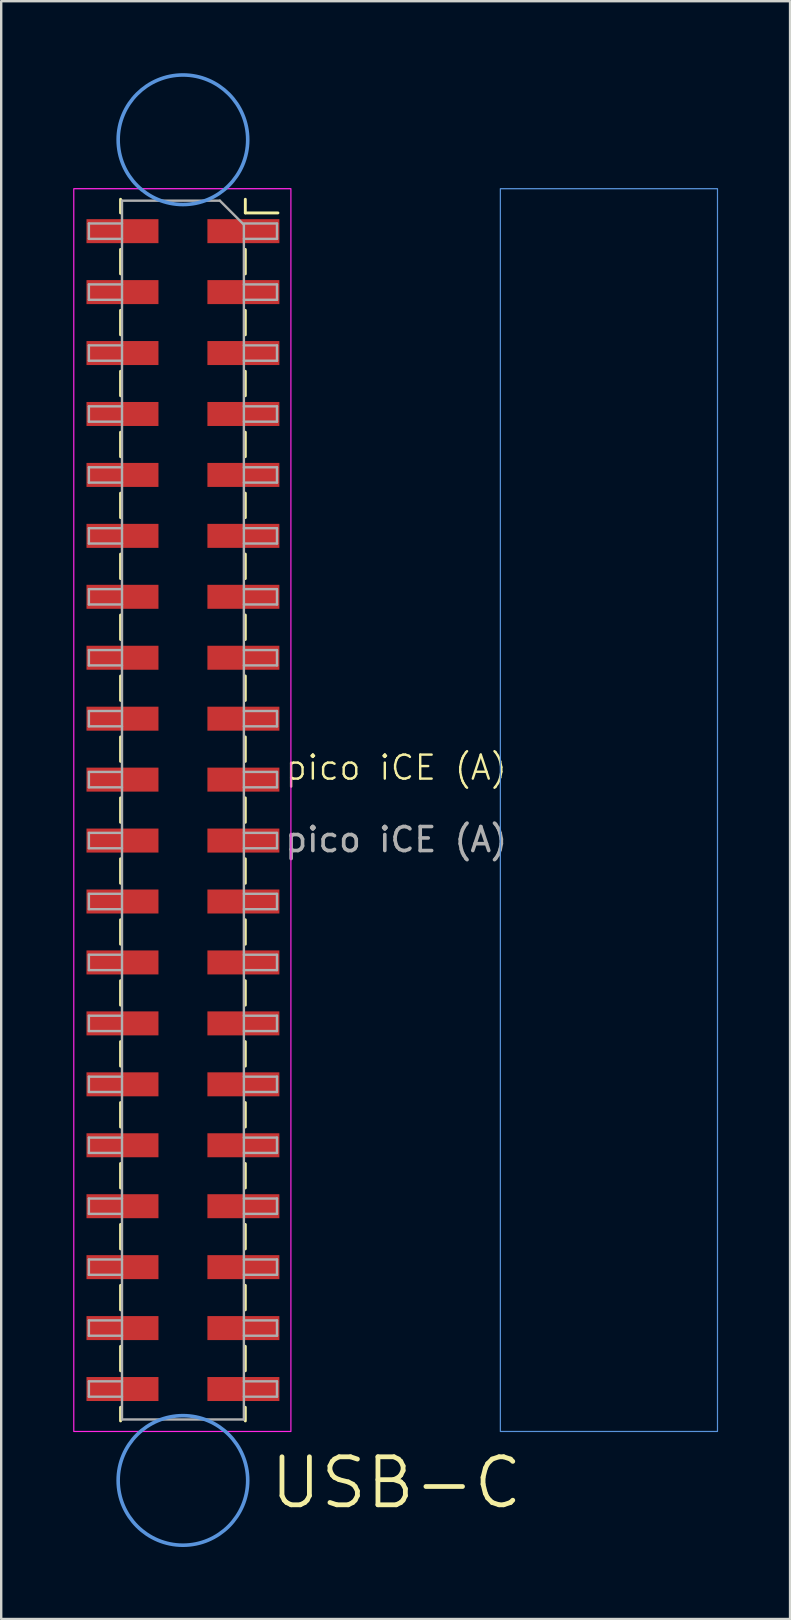
<source format=kicad_pcb>
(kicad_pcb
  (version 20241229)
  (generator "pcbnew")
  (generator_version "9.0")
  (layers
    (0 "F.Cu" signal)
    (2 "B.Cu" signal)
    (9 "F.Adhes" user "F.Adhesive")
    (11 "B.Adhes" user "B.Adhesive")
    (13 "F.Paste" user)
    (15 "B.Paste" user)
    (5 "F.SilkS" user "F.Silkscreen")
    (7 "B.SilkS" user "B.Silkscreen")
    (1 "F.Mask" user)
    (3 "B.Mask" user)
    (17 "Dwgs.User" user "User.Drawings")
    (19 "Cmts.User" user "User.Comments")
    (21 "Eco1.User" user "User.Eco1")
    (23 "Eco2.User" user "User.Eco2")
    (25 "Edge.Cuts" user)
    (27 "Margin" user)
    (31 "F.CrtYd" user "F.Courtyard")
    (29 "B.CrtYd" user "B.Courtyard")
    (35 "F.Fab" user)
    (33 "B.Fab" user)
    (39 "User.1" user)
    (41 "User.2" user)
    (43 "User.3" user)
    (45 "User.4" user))
  (footprint "pico iCE (A)"
    (layer "F.Cu")
    (at 4.555 29.445)
    (property "Reference" "pico iCE (A)" (at 8.91 -0.5 0) (unlocked yes) (layer "F.SilkS") (effects (font (size 1 1) (thickness 0.1))))
    (attr through_hole)
    (fp_line (start -2.58 -24.19) (end -2.58 -23.62) (stroke (width 0.12) (type solid)) (layer "F.SilkS"))
    (fp_line (start -2.58 -22.1) (end -2.58 -21.08) (stroke (width 0.12) (type solid)) (layer "F.SilkS"))
    (fp_line (start -2.58 -19.56) (end -2.58 -18.54) (stroke (width 0.12) (type solid)) (layer "F.SilkS"))
    (fp_line (start -2.58 -17.02) (end -2.58 -16) (stroke (width 0.12) (type solid)) (layer "F.SilkS"))
    (fp_line (start -2.58 -14.48) (end -2.58 -13.46) (stroke (width 0.12) (type solid)) (layer "F.SilkS"))
    (fp_line (start -2.58 -11.94) (end -2.58 -10.92) (stroke (width 0.12) (type solid)) (layer "F.SilkS"))
    (fp_line (start -2.58 -9.4) (end -2.58 -8.38) (stroke (width 0.12) (type solid)) (layer "F.SilkS"))
    (fp_line (start -2.58 -6.86) (end -2.58 -5.84) (stroke (width 0.12) (type solid)) (layer "F.SilkS"))
    (fp_line (start -2.58 -4.32) (end -2.58 -3.3) (stroke (width 0.12) (type solid)) (layer "F.SilkS"))
    (fp_line (start -2.58 -1.78) (end -2.58 -0.76) (stroke (width 0.12) (type solid)) (layer "F.SilkS"))
    (fp_line (start -2.58 0.76) (end -2.58 1.78) (stroke (width 0.12) (type solid)) (layer "F.SilkS"))
    (fp_line (start -2.58 3.3) (end -2.58 4.32) (stroke (width 0.12) (type solid)) (layer "F.SilkS"))
    (fp_line (start -2.58 5.84) (end -2.58 6.86) (stroke (width 0.12) (type solid)) (layer "F.SilkS"))
    (fp_line (start -2.58 8.38) (end -2.58 9.4) (stroke (width 0.12) (type solid)) (layer "F.SilkS"))
    (fp_line (start -2.58 10.92) (end -2.58 11.94) (stroke (width 0.12) (type solid)) (layer "F.SilkS"))
    (fp_line (start -2.58 13.46) (end -2.58 14.48) (stroke (width 0.12) (type solid)) (layer "F.SilkS"))
    (fp_line (start -2.58 16) (end -2.58 17.02) (stroke (width 0.12) (type solid)) (layer "F.SilkS"))
    (fp_line (start -2.58 18.54) (end -2.58 19.56) (stroke (width 0.12) (type solid)) (layer "F.SilkS"))
    (fp_line (start -2.58 21.08) (end -2.58 22.1) (stroke (width 0.12) (type solid)) (layer "F.SilkS"))
    (fp_line (start -2.58 23.62) (end -2.58 24.64) (stroke (width 0.12) (type solid)) (layer "F.SilkS"))
    (fp_line (start -2.58 26.16) (end -2.58 26.73) (stroke (width 0.12) (type solid)) (layer "F.SilkS"))
    (fp_line (start 2.62 -24.19) (end 2.62 -23.62) (stroke (width 0.12) (type solid)) (layer "F.SilkS"))
    (fp_line (start 2.62 -23.62) (end 3.98 -23.62) (stroke (width 0.12) (type solid)) (layer "F.SilkS"))
    (fp_line (start 2.62 -22.1) (end 2.62 -21.08) (stroke (width 0.12) (type solid)) (layer "F.SilkS"))
    (fp_line (start 2.62 -19.56) (end 2.62 -18.54) (stroke (width 0.12) (type solid)) (layer "F.SilkS"))
    (fp_line (start 2.62 -17.02) (end 2.62 -16) (stroke (width 0.12) (type solid)) (layer "F.SilkS"))
    (fp_line (start 2.62 -14.48) (end 2.62 -13.46) (stroke (width 0.12) (type solid)) (layer "F.SilkS"))
    (fp_line (start 2.62 -11.94) (end 2.62 -10.92) (stroke (width 0.12) (type solid)) (layer "F.SilkS"))
    (fp_line (start 2.62 -9.4) (end 2.62 -8.38) (stroke (width 0.12) (type solid)) (layer "F.SilkS"))
    (fp_line (start 2.62 -6.86) (end 2.62 -5.84) (stroke (width 0.12) (type solid)) (layer "F.SilkS"))
    (fp_line (start 2.62 -4.32) (end 2.62 -3.3) (stroke (width 0.12) (type solid)) (layer "F.SilkS"))
    (fp_line (start 2.62 -1.78) (end 2.62 -0.76) (stroke (width 0.12) (type solid)) (layer "F.SilkS"))
    (fp_line (start 2.62 0.76) (end 2.62 1.78) (stroke (width 0.12) (type solid)) (layer "F.SilkS"))
    (fp_line (start 2.62 3.3) (end 2.62 4.32) (stroke (width 0.12) (type solid)) (layer "F.SilkS"))
    (fp_line (start 2.62 5.84) (end 2.62 6.86) (stroke (width 0.12) (type solid)) (layer "F.SilkS"))
    (fp_line (start 2.62 8.38) (end 2.62 9.4) (stroke (width 0.12) (type solid)) (layer "F.SilkS"))
    (fp_line (start 2.62 10.92) (end 2.62 11.94) (stroke (width 0.12) (type solid)) (layer "F.SilkS"))
    (fp_line (start 2.62 13.46) (end 2.62 14.48) (stroke (width 0.12) (type solid)) (layer "F.SilkS"))
    (fp_line (start 2.62 16) (end 2.62 17.02) (stroke (width 0.12) (type solid)) (layer "F.SilkS"))
    (fp_line (start 2.62 18.54) (end 2.62 19.56) (stroke (width 0.12) (type solid)) (layer "F.SilkS"))
    (fp_line (start 2.62 21.08) (end 2.62 22.1) (stroke (width 0.12) (type solid)) (layer "F.SilkS"))
    (fp_line (start 2.62 23.62) (end 2.62 24.64) (stroke (width 0.12) (type solid)) (layer "F.SilkS"))
    (fp_line (start 2.62 26.16) (end 2.62 26.73) (stroke (width 0.12) (type solid)) (layer "F.SilkS"))
    (fp_rect (start 13.25 -24.63) (end 22.3 27.17) (stroke (width 0.05) (type solid)) (fill no) (layer "Cmts.User"))
    (fp_circle (center 0.02 -26.67) (end 2.72 -26.67) (stroke (width 0.15) (type solid)) (fill no) (layer "Cmts.User"))
    (fp_circle (center 0.02 29.21) (end 2.72 29.21) (stroke (width 0.15) (type solid)) (fill no) (layer "Cmts.User"))
    (fp_rect (start -4.53 -24.63) (end 4.52 27.17) (stroke (width 0.05) (type solid)) (fill no) (layer "F.CrtYd"))
    (fp_line (start -3.9 -23.18) (end -2.52 -23.18) (stroke (width 0.1) (type solid)) (layer "F.Fab"))
    (fp_line (start -3.9 -22.54) (end -3.9 -23.18) (stroke (width 0.1) (type solid)) (layer "F.Fab"))
    (fp_line (start -3.9 -20.64) (end -2.52 -20.64) (stroke (width 0.1) (type solid)) (layer "F.Fab"))
    (fp_line (start -3.9 -20) (end -3.9 -20.64) (stroke (width 0.1) (type solid)) (layer "F.Fab"))
    (fp_line (start -3.9 -18.1) (end -2.52 -18.1) (stroke (width 0.1) (type solid)) (layer "F.Fab"))
    (fp_line (start -3.9 -17.46) (end -3.9 -18.1) (stroke (width 0.1) (type solid)) (layer "F.Fab"))
    (fp_line (start -3.9 -15.56) (end -2.52 -15.56) (stroke (width 0.1) (type solid)) (layer "F.Fab"))
    (fp_line (start -3.9 -14.92) (end -3.9 -15.56) (stroke (width 0.1) (type solid)) (layer "F.Fab"))
    (fp_line (start -3.9 -13.02) (end -2.52 -13.02) (stroke (width 0.1) (type solid)) (layer "F.Fab"))
    (fp_line (start -3.9 -12.38) (end -3.9 -13.02) (stroke (width 0.1) (type solid)) (layer "F.Fab"))
    (fp_line (start -3.9 -10.48) (end -2.52 -10.48) (stroke (width 0.1) (type solid)) (layer "F.Fab"))
    (fp_line (start -3.9 -9.84) (end -3.9 -10.48) (stroke (width 0.1) (type solid)) (layer "F.Fab"))
    (fp_line (start -3.9 -7.94) (end -2.52 -7.94) (stroke (width 0.1) (type solid)) (layer "F.Fab"))
    (fp_line (start -3.9 -7.3) (end -3.9 -7.94) (stroke (width 0.1) (type solid)) (layer "F.Fab"))
    (fp_line (start -3.9 -5.4) (end -2.52 -5.4) (stroke (width 0.1) (type solid)) (layer "F.Fab"))
    (fp_line (start -3.9 -4.76) (end -3.9 -5.4) (stroke (width 0.1) (type solid)) (layer "F.Fab"))
    (fp_line (start -3.9 -2.86) (end -2.52 -2.86) (stroke (width 0.1) (type solid)) (layer "F.Fab"))
    (fp_line (start -3.9 -2.22) (end -3.9 -2.86) (stroke (width 0.1) (type solid)) (layer "F.Fab"))
    (fp_line (start -3.9 -0.32) (end -2.52 -0.32) (stroke (width 0.1) (type solid)) (layer "F.Fab"))
    (fp_line (start -3.9 0.32) (end -3.9 -0.32) (stroke (width 0.1) (type solid)) (layer "F.Fab"))
    (fp_line (start -3.9 2.22) (end -2.52 2.22) (stroke (width 0.1) (type solid)) (layer "F.Fab"))
    (fp_line (start -3.9 2.86) (end -3.9 2.22) (stroke (width 0.1) (type solid)) (layer "F.Fab"))
    (fp_line (start -3.9 4.76) (end -2.52 4.76) (stroke (width 0.1) (type solid)) (layer "F.Fab"))
    (fp_line (start -3.9 5.4) (end -3.9 4.76) (stroke (width 0.1) (type solid)) (layer "F.Fab"))
    (fp_line (start -3.9 7.3) (end -2.52 7.3) (stroke (width 0.1) (type solid)) (layer "F.Fab"))
    (fp_line (start -3.9 7.94) (end -3.9 7.3) (stroke (width 0.1) (type solid)) (layer "F.Fab"))
    (fp_line (start -3.9 9.84) (end -2.52 9.84) (stroke (width 0.1) (type solid)) (layer "F.Fab"))
    (fp_line (start -3.9 10.48) (end -3.9 9.84) (stroke (width 0.1) (type solid)) (layer "F.Fab"))
    (fp_line (start -3.9 12.38) (end -2.52 12.38) (stroke (width 0.1) (type solid)) (layer "F.Fab"))
    (fp_line (start -3.9 13.02) (end -3.9 12.38) (stroke (width 0.1) (type solid)) (layer "F.Fab"))
    (fp_line (start -3.9 14.92) (end -2.52 14.92) (stroke (width 0.1) (type solid)) (layer "F.Fab"))
    (fp_line (start -3.9 15.56) (end -3.9 14.92) (stroke (width 0.1) (type solid)) (layer "F.Fab"))
    (fp_line (start -3.9 17.46) (end -2.52 17.46) (stroke (width 0.1) (type solid)) (layer "F.Fab"))
    (fp_line (start -3.9 18.1) (end -3.9 17.46) (stroke (width 0.1) (type solid)) (layer "F.Fab"))
    (fp_line (start -3.9 20) (end -2.52 20) (stroke (width 0.1) (type solid)) (layer "F.Fab"))
    (fp_line (start -3.9 20.64) (end -3.9 20) (stroke (width 0.1) (type solid)) (layer "F.Fab"))
    (fp_line (start -3.9 22.54) (end -2.52 22.54) (stroke (width 0.1) (type solid)) (layer "F.Fab"))
    (fp_line (start -3.9 23.18) (end -3.9 22.54) (stroke (width 0.1) (type solid)) (layer "F.Fab"))
    (fp_line (start -3.9 25.08) (end -2.52 25.08) (stroke (width 0.1) (type solid)) (layer "F.Fab"))
    (fp_line (start -3.9 25.72) (end -3.9 25.08) (stroke (width 0.1) (type solid)) (layer "F.Fab"))
    (fp_line (start -2.52 -24.13) (end 1.56 -24.13) (stroke (width 0.1) (type solid)) (layer "F.Fab"))
    (fp_line (start -2.52 -22.54) (end -3.9 -22.54) (stroke (width 0.1) (type solid)) (layer "F.Fab"))
    (fp_line (start -2.52 -20) (end -3.9 -20) (stroke (width 0.1) (type solid)) (layer "F.Fab"))
    (fp_line (start -2.52 -17.46) (end -3.9 -17.46) (stroke (width 0.1) (type solid)) (layer "F.Fab"))
    (fp_line (start -2.52 -14.92) (end -3.9 -14.92) (stroke (width 0.1) (type solid)) (layer "F.Fab"))
    (fp_line (start -2.52 -12.38) (end -3.9 -12.38) (stroke (width 0.1) (type solid)) (layer "F.Fab"))
    (fp_line (start -2.52 -9.84) (end -3.9 -9.84) (stroke (width 0.1) (type solid)) (layer "F.Fab"))
    (fp_line (start -2.52 -7.3) (end -3.9 -7.3) (stroke (width 0.1) (type solid)) (layer "F.Fab"))
    (fp_line (start -2.52 -4.76) (end -3.9 -4.76) (stroke (width 0.1) (type solid)) (layer "F.Fab"))
    (fp_line (start -2.52 -2.22) (end -3.9 -2.22) (stroke (width 0.1) (type solid)) (layer "F.Fab"))
    (fp_line (start -2.52 0.32) (end -3.9 0.32) (stroke (width 0.1) (type solid)) (layer "F.Fab"))
    (fp_line (start -2.52 2.86) (end -3.9 2.86) (stroke (width 0.1) (type solid)) (layer "F.Fab"))
    (fp_line (start -2.52 5.4) (end -3.9 5.4) (stroke (width 0.1) (type solid)) (layer "F.Fab"))
    (fp_line (start -2.52 7.94) (end -3.9 7.94) (stroke (width 0.1) (type solid)) (layer "F.Fab"))
    (fp_line (start -2.52 10.48) (end -3.9 10.48) (stroke (width 0.1) (type solid)) (layer "F.Fab"))
    (fp_line (start -2.52 13.02) (end -3.9 13.02) (stroke (width 0.1) (type solid)) (layer "F.Fab"))
    (fp_line (start -2.52 15.56) (end -3.9 15.56) (stroke (width 0.1) (type solid)) (layer "F.Fab"))
    (fp_line (start -2.52 18.1) (end -3.9 18.1) (stroke (width 0.1) (type solid)) (layer "F.Fab"))
    (fp_line (start -2.52 20.64) (end -3.9 20.64) (stroke (width 0.1) (type solid)) (layer "F.Fab"))
    (fp_line (start -2.52 23.18) (end -3.9 23.18) (stroke (width 0.1) (type solid)) (layer "F.Fab"))
    (fp_line (start -2.52 25.72) (end -3.9 25.72) (stroke (width 0.1) (type solid)) (layer "F.Fab"))
    (fp_line (start -2.52 26.67) (end -2.52 -24.13) (stroke (width 0.1) (type solid)) (layer "F.Fab"))
    (fp_line (start 1.56 -24.13) (end 2.56 -23.13) (stroke (width 0.1) (type solid)) (layer "F.Fab"))
    (fp_line (start 2.56 -23.18) (end 3.94 -23.18) (stroke (width 0.1) (type solid)) (layer "F.Fab"))
    (fp_line (start 2.56 -23.13) (end 2.56 26.67) (stroke (width 0.1) (type solid)) (layer "F.Fab"))
    (fp_line (start 2.56 -20.64) (end 3.94 -20.64) (stroke (width 0.1) (type solid)) (layer "F.Fab"))
    (fp_line (start 2.56 -18.1) (end 3.94 -18.1) (stroke (width 0.1) (type solid)) (layer "F.Fab"))
    (fp_line (start 2.56 -15.56) (end 3.94 -15.56) (stroke (width 0.1) (type solid)) (layer "F.Fab"))
    (fp_line (start 2.56 -13.02) (end 3.94 -13.02) (stroke (width 0.1) (type solid)) (layer "F.Fab"))
    (fp_line (start 2.56 -10.48) (end 3.94 -10.48) (stroke (width 0.1) (type solid)) (layer "F.Fab"))
    (fp_line (start 2.56 -7.94) (end 3.94 -7.94) (stroke (width 0.1) (type solid)) (layer "F.Fab"))
    (fp_line (start 2.56 -5.4) (end 3.94 -5.4) (stroke (width 0.1) (type solid)) (layer "F.Fab"))
    (fp_line (start 2.56 -2.86) (end 3.94 -2.86) (stroke (width 0.1) (type solid)) (layer "F.Fab"))
    (fp_line (start 2.56 -0.32) (end 3.94 -0.32) (stroke (width 0.1) (type solid)) (layer "F.Fab"))
    (fp_line (start 2.56 2.22) (end 3.94 2.22) (stroke (width 0.1) (type solid)) (layer "F.Fab"))
    (fp_line (start 2.56 4.76) (end 3.94 4.76) (stroke (width 0.1) (type solid)) (layer "F.Fab"))
    (fp_line (start 2.56 7.3) (end 3.94 7.3) (stroke (width 0.1) (type solid)) (layer "F.Fab"))
    (fp_line (start 2.56 9.84) (end 3.94 9.84) (stroke (width 0.1) (type solid)) (layer "F.Fab"))
    (fp_line (start 2.56 12.38) (end 3.94 12.38) (stroke (width 0.1) (type solid)) (layer "F.Fab"))
    (fp_line (start 2.56 14.92) (end 3.94 14.92) (stroke (width 0.1) (type solid)) (layer "F.Fab"))
    (fp_line (start 2.56 17.46) (end 3.94 17.46) (stroke (width 0.1) (type solid)) (layer "F.Fab"))
    (fp_line (start 2.56 20) (end 3.94 20) (stroke (width 0.1) (type solid)) (layer "F.Fab"))
    (fp_line (start 2.56 22.54) (end 3.94 22.54) (stroke (width 0.1) (type solid)) (layer "F.Fab"))
    (fp_line (start 2.56 25.08) (end 3.94 25.08) (stroke (width 0.1) (type solid)) (layer "F.Fab"))
    (fp_line (start 2.56 26.67) (end -2.52 26.67) (stroke (width 0.1) (type solid)) (layer "F.Fab"))
    (fp_line (start 3.94 -23.18) (end 3.94 -22.54) (stroke (width 0.1) (type solid)) (layer "F.Fab"))
    (fp_line (start 3.94 -22.54) (end 2.56 -22.54) (stroke (width 0.1) (type solid)) (layer "F.Fab"))
    (fp_line (start 3.94 -20.64) (end 3.94 -20) (stroke (width 0.1) (type solid)) (layer "F.Fab"))
    (fp_line (start 3.94 -20) (end 2.56 -20) (stroke (width 0.1) (type solid)) (layer "F.Fab"))
    (fp_line (start 3.94 -18.1) (end 3.94 -17.46) (stroke (width 0.1) (type solid)) (layer "F.Fab"))
    (fp_line (start 3.94 -17.46) (end 2.56 -17.46) (stroke (width 0.1) (type solid)) (layer "F.Fab"))
    (fp_line (start 3.94 -15.56) (end 3.94 -14.92) (stroke (width 0.1) (type solid)) (layer "F.Fab"))
    (fp_line (start 3.94 -14.92) (end 2.56 -14.92) (stroke (width 0.1) (type solid)) (layer "F.Fab"))
    (fp_line (start 3.94 -13.02) (end 3.94 -12.38) (stroke (width 0.1) (type solid)) (layer "F.Fab"))
    (fp_line (start 3.94 -12.38) (end 2.56 -12.38) (stroke (width 0.1) (type solid)) (layer "F.Fab"))
    (fp_line (start 3.94 -10.48) (end 3.94 -9.84) (stroke (width 0.1) (type solid)) (layer "F.Fab"))
    (fp_line (start 3.94 -9.84) (end 2.56 -9.84) (stroke (width 0.1) (type solid)) (layer "F.Fab"))
    (fp_line (start 3.94 -7.94) (end 3.94 -7.3) (stroke (width 0.1) (type solid)) (layer "F.Fab"))
    (fp_line (start 3.94 -7.3) (end 2.56 -7.3) (stroke (width 0.1) (type solid)) (layer "F.Fab"))
    (fp_line (start 3.94 -5.4) (end 3.94 -4.76) (stroke (width 0.1) (type solid)) (layer "F.Fab"))
    (fp_line (start 3.94 -4.76) (end 2.56 -4.76) (stroke (width 0.1) (type solid)) (layer "F.Fab"))
    (fp_line (start 3.94 -2.86) (end 3.94 -2.22) (stroke (width 0.1) (type solid)) (layer "F.Fab"))
    (fp_line (start 3.94 -2.22) (end 2.56 -2.22) (stroke (width 0.1) (type solid)) (layer "F.Fab"))
    (fp_line (start 3.94 -0.32) (end 3.94 0.32) (stroke (width 0.1) (type solid)) (layer "F.Fab"))
    (fp_line (start 3.94 0.32) (end 2.56 0.32) (stroke (width 0.1) (type solid)) (layer "F.Fab"))
    (fp_line (start 3.94 2.22) (end 3.94 2.86) (stroke (width 0.1) (type solid)) (layer "F.Fab"))
    (fp_line (start 3.94 2.86) (end 2.56 2.86) (stroke (width 0.1) (type solid)) (layer "F.Fab"))
    (fp_line (start 3.94 4.76) (end 3.94 5.4) (stroke (width 0.1) (type solid)) (layer "F.Fab"))
    (fp_line (start 3.94 5.4) (end 2.56 5.4) (stroke (width 0.1) (type solid)) (layer "F.Fab"))
    (fp_line (start 3.94 7.3) (end 3.94 7.94) (stroke (width 0.1) (type solid)) (layer "F.Fab"))
    (fp_line (start 3.94 7.94) (end 2.56 7.94) (stroke (width 0.1) (type solid)) (layer "F.Fab"))
    (fp_line (start 3.94 9.84) (end 3.94 10.48) (stroke (width 0.1) (type solid)) (layer "F.Fab"))
    (fp_line (start 3.94 10.48) (end 2.56 10.48) (stroke (width 0.1) (type solid)) (layer "F.Fab"))
    (fp_line (start 3.94 12.38) (end 3.94 13.02) (stroke (width 0.1) (type solid)) (layer "F.Fab"))
    (fp_line (start 3.94 13.02) (end 2.56 13.02) (stroke (width 0.1) (type solid)) (layer "F.Fab"))
    (fp_line (start 3.94 14.92) (end 3.94 15.56) (stroke (width 0.1) (type solid)) (layer "F.Fab"))
    (fp_line (start 3.94 15.56) (end 2.56 15.56) (stroke (width 0.1) (type solid)) (layer "F.Fab"))
    (fp_line (start 3.94 17.46) (end 3.94 18.1) (stroke (width 0.1) (type solid)) (layer "F.Fab"))
    (fp_line (start 3.94 18.1) (end 2.56 18.1) (stroke (width 0.1) (type solid)) (layer "F.Fab"))
    (fp_line (start 3.94 20) (end 3.94 20.64) (stroke (width 0.1) (type solid)) (layer "F.Fab"))
    (fp_line (start 3.94 20.64) (end 2.56 20.64) (stroke (width 0.1) (type solid)) (layer "F.Fab"))
    (fp_line (start 3.94 22.54) (end 3.94 23.18) (stroke (width 0.1) (type solid)) (layer "F.Fab"))
    (fp_line (start 3.94 23.18) (end 2.56 23.18) (stroke (width 0.1) (type solid)) (layer "F.Fab"))
    (fp_line (start 3.94 25.08) (end 3.94 25.72) (stroke (width 0.1) (type solid)) (layer "F.Fab"))
    (fp_line (start 3.94 25.72) (end 2.56 25.72) (stroke (width 0.1) (type solid)) (layer "F.Fab"))
    (fp_text user "USB-C" (at 8.91 30.48 0) (unlocked yes) (layer "F.SilkS") (effects (font (size 2 2) (thickness 0.2) (bold yes)) (justify bottom)))
    (fp_text user "${REFERENCE}" (at 8.91 2.5 0) (unlocked yes) (layer "F.Fab") (effects (font (size 1 1) (thickness 0.15))))
    (pad "1" smd rect (at -2.5 -22.86) (size 3 1) (layers "F.Cu" "F.Mask" "F.Paste"))
    (pad "2" smd rect (at 2.54 -22.86) (size 3 1) (layers "F.Cu" "F.Mask" "F.Paste"))
    (pad "3" smd rect (at -2.5 -20.32) (size 3 1) (layers "F.Cu" "F.Mask" "F.Paste"))
    (pad "4" smd rect (at 2.54 -20.32) (size 3 1) (layers "F.Cu" "F.Mask" "F.Paste"))
    (pad "5" smd rect (at -2.5 -17.78) (size 3 1) (layers "F.Cu" "F.Mask" "F.Paste"))
    (pad "6" smd rect (at 2.54 -17.78) (size 3 1) (layers "F.Cu" "F.Mask" "F.Paste"))
    (pad "7" smd rect (at -2.5 -15.24) (size 3 1) (layers "F.Cu" "F.Mask" "F.Paste"))
    (pad "8" smd rect (at 2.54 -15.24) (size 3 1) (layers "F.Cu" "F.Mask" "F.Paste"))
    (pad "9" smd rect (at -2.5 -12.7) (size 3 1) (layers "F.Cu" "F.Mask" "F.Paste"))
    (pad "10" smd rect (at 2.54 -12.7) (size 3 1) (layers "F.Cu" "F.Mask" "F.Paste"))
    (pad "11" smd rect (at -2.5 -10.16) (size 3 1) (layers "F.Cu" "F.Mask" "F.Paste"))
    (pad "12" smd rect (at 2.54 -10.16) (size 3 1) (layers "F.Cu" "F.Mask" "F.Paste"))
    (pad "13" smd rect (at -2.5 -7.62) (size 3 1) (layers "F.Cu" "F.Mask" "F.Paste"))
    (pad "14" smd rect (at 2.54 -7.62) (size 3 1) (layers "F.Cu" "F.Mask" "F.Paste"))
    (pad "15" smd rect (at -2.5 -5.08) (size 3 1) (layers "F.Cu" "F.Mask" "F.Paste"))
    (pad "16" smd rect (at 2.54 -5.08) (size 3 1) (layers "F.Cu" "F.Mask" "F.Paste"))
    (pad "17" smd rect (at -2.5 -2.54) (size 3 1) (layers "F.Cu" "F.Mask" "F.Paste"))
    (pad "18" smd rect (at 2.54 -2.54) (size 3 1) (layers "F.Cu" "F.Mask" "F.Paste"))
    (pad "19" smd rect (at -2.5 0) (size 3 1) (layers "F.Cu" "F.Mask" "F.Paste"))
    (pad "20" smd rect (at 2.54 0) (size 3 1) (layers "F.Cu" "F.Mask" "F.Paste"))
    (pad "21" smd rect (at -2.5 2.54) (size 3 1) (layers "F.Cu" "F.Mask" "F.Paste"))
    (pad "22" smd rect (at 2.54 2.54) (size 3 1) (layers "F.Cu" "F.Mask" "F.Paste"))
    (pad "23" smd rect (at -2.5 5.08) (size 3 1) (layers "F.Cu" "F.Mask" "F.Paste"))
    (pad "24" smd rect (at 2.54 5.08) (size 3 1) (layers "F.Cu" "F.Mask" "F.Paste"))
    (pad "25" smd rect (at -2.5 7.62) (size 3 1) (layers "F.Cu" "F.Mask" "F.Paste"))
    (pad "26" smd rect (at 2.54 7.62) (size 3 1) (layers "F.Cu" "F.Mask" "F.Paste"))
    (pad "27" smd rect (at -2.5 10.16) (size 3 1) (layers "F.Cu" "F.Mask" "F.Paste"))
    (pad "28" smd rect (at 2.54 10.16) (size 3 1) (layers "F.Cu" "F.Mask" "F.Paste"))
    (pad "29" smd rect (at -2.5 12.7) (size 3 1) (layers "F.Cu" "F.Mask" "F.Paste"))
    (pad "30" smd rect (at 2.54 12.7) (size 3 1) (layers "F.Cu" "F.Mask" "F.Paste"))
    (pad "31" smd rect (at -2.5 15.24) (size 3 1) (layers "F.Cu" "F.Mask" "F.Paste"))
    (pad "32" smd rect (at 2.54 15.24) (size 3 1) (layers "F.Cu" "F.Mask" "F.Paste"))
    (pad "33" smd rect (at -2.5 17.78) (size 3 1) (layers "F.Cu" "F.Mask" "F.Paste"))
    (pad "34" smd rect (at 2.54 17.78) (size 3 1) (layers "F.Cu" "F.Mask" "F.Paste"))
    (pad "35" smd rect (at -2.5 20.32) (size 3 1) (layers "F.Cu" "F.Mask" "F.Paste"))
    (pad "36" smd rect (at 2.54 20.32) (size 3 1) (layers "F.Cu" "F.Mask" "F.Paste"))
    (pad "37" smd rect (at -2.5 22.86) (size 3 1) (layers "F.Cu" "F.Mask" "F.Paste"))
    (pad "38" smd rect (at 2.54 22.86) (size 3 1) (layers "F.Cu" "F.Mask" "F.Paste"))
    (pad "39" smd rect (at -2.5 25.4) (size 3 1) (layers "F.Cu" "F.Mask" "F.Paste"))
    (pad "40" smd rect (at 2.54 25.4) (size 3 1) (layers "F.Cu" "F.Mask" "F.Paste")))
  (gr_rect
    (start -3 -3)
    (end 29.88 64.43)
    (stroke (width 0.1) (type default))
    (fill no)
    (layer "Edge.Cuts")))
</source>
